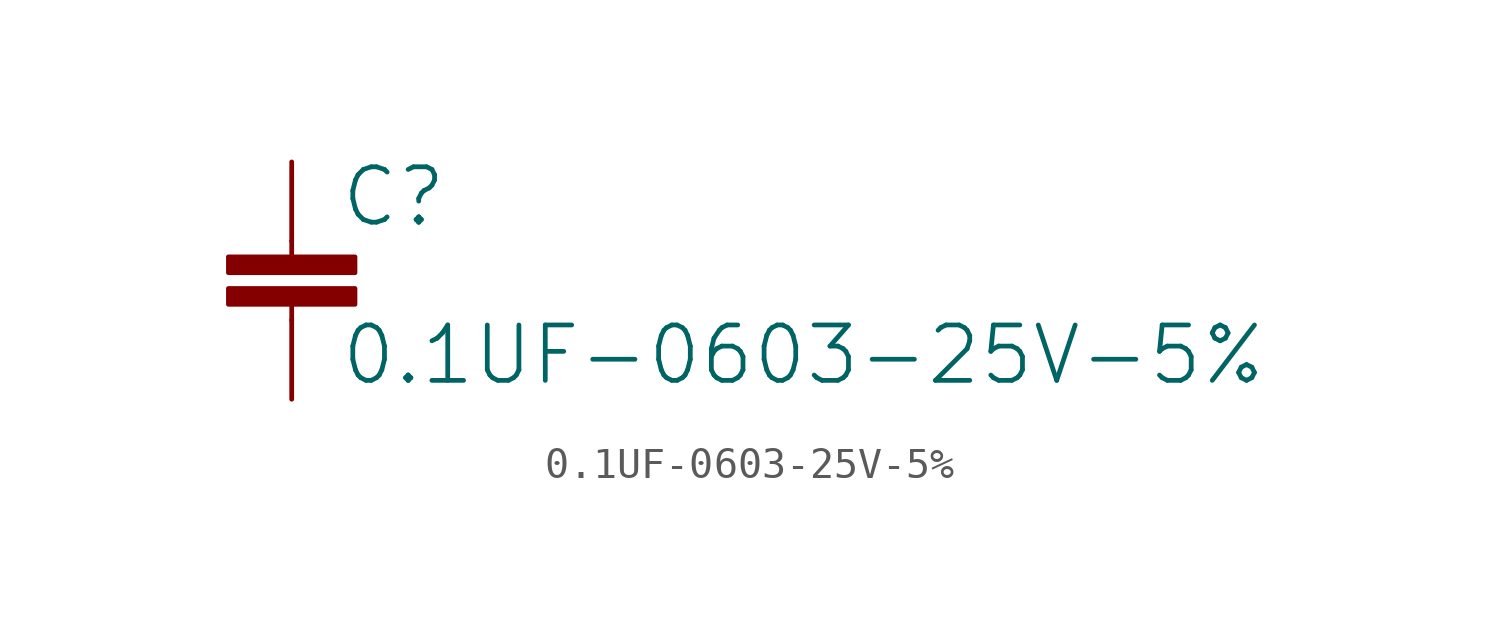
<source format=kicad_sym>
(kicad_symbol_lib
  (version 20220331)
  (generator kicad_symbol_editor)
  (symbol "0.1UF-0603-25V-5%"
    (property "Reference" "C"
      (at 1.524 2.921 0)
      (effects (font (size 1.778 1.778)) (justify left bottom)))
    (property "Value" "0.1UF-0603-25V-5%"
      (at 1.524 -2.159 0)
      (effects (font (size 1.778 1.778)) (justify left bottom)))
    (property "ki_locked" ""
      (at 0 0 0)
      (effects (font (size 1.27 1.27))))
    (symbol "0.1UF-0603-25V-5%_1_0"
      (rectangle (start -2.032 0.508) (end 2.032 1.016) (stroke (width 0) (type default)) (fill (type outline)))
      (rectangle (start -2.032 1.524) (end 2.032 2.032) (stroke (width 0) (type default)) (fill (type outline)))
      (polyline (pts (xy 0 0) (xy 0 0.508)) (stroke (width 0.152) (type solid)) (fill (type none)))
      (polyline (pts (xy 0 2.54) (xy 0 2.032)) (stroke (width 0.152) (type solid)) (fill (type none)))
      (pin passive line (at 0 5.08 270) (length 2.54) (name "1" (effects (font (size 0 0)))) (number "1" (effects (font (size 0 0)))))
      (pin passive line (at 0 -2.54 90) (length 2.54) (name "2" (effects (font (size 0 0)))) (number "2" (effects (font (size 0 0))))))))
</source>
